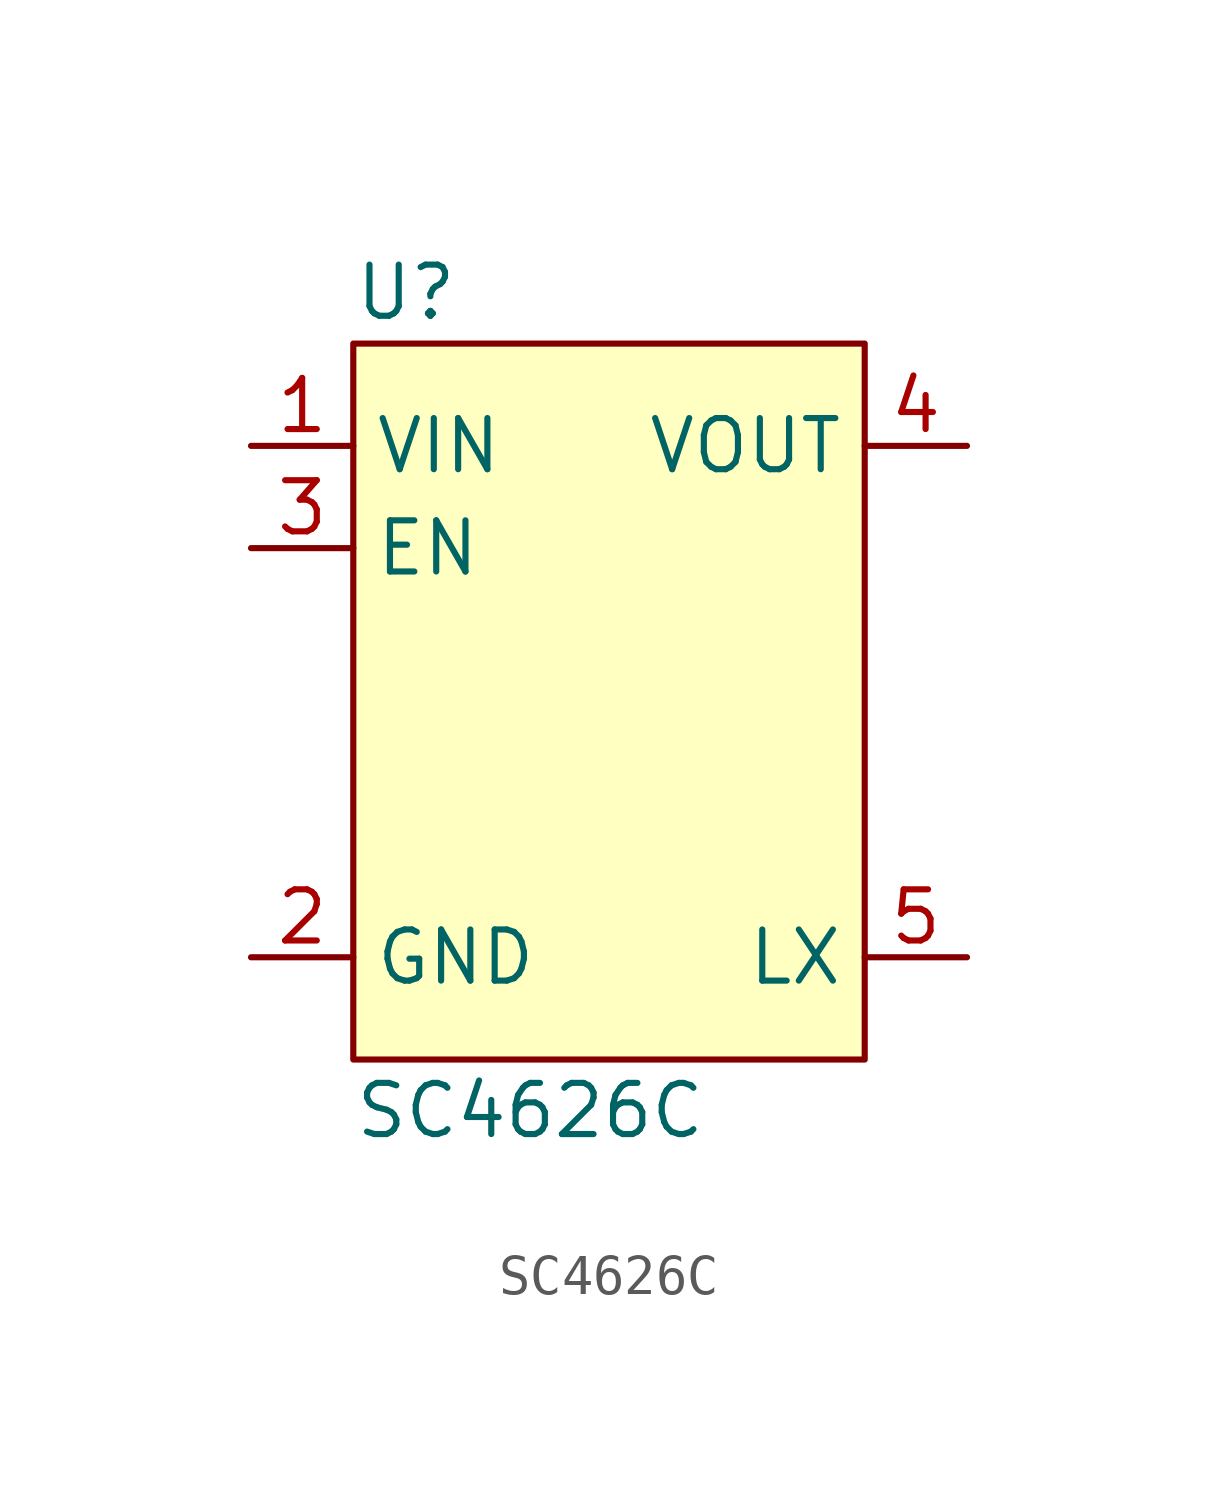
<source format=kicad_sym>
(kicad_symbol_lib
  (version 20211014)
  (generator kicad_symbol_editor)
  (symbol "SC4626C"
    (property "Reference" "U"
      (at 0 1.27 0)
      (effects (font (size 1.27 1.27)) (justify left)))
    (property "Value" "SC4626C"
      (at 0 -19.05 0)
      (effects (font (size 1.27 1.27)) (justify left)))
    (symbol "SC4626C_0_1"
      (rectangle (start 0 0) (end 12.7 -17.78) (stroke (width 0) (type default) (color 0 0 0 0)) (fill (type background))))
    (symbol "SC4626C_1_1"
      (pin power_in line (at -2.54 -2.54 0) (length 2.54) (name "VIN" (effects (font (size 1.27 1.27)))) (number "1" (effects (font (size 1.27 1.27)))))
      (pin power_in line (at -2.54 -15.24 0) (length 2.54) (name "GND" (effects (font (size 1.27 1.27)))) (number "2" (effects (font (size 1.27 1.27)))))
      (pin input line (at -2.54 -5.08 0) (length 2.54) (name "EN" (effects (font (size 1.27 1.27)))) (number "3" (effects (font (size 1.27 1.27)))))
      (pin output line (at 15.24 -2.54 180) (length 2.54) (name "VOUT" (effects (font (size 1.27 1.27)))) (number "4" (effects (font (size 1.27 1.27)))))
      (pin output line (at 15.24 -15.24 180) (length 2.54) (name "LX" (effects (font (size 1.27 1.27)))) (number "5" (effects (font (size 1.27 1.27))))))))
</source>
